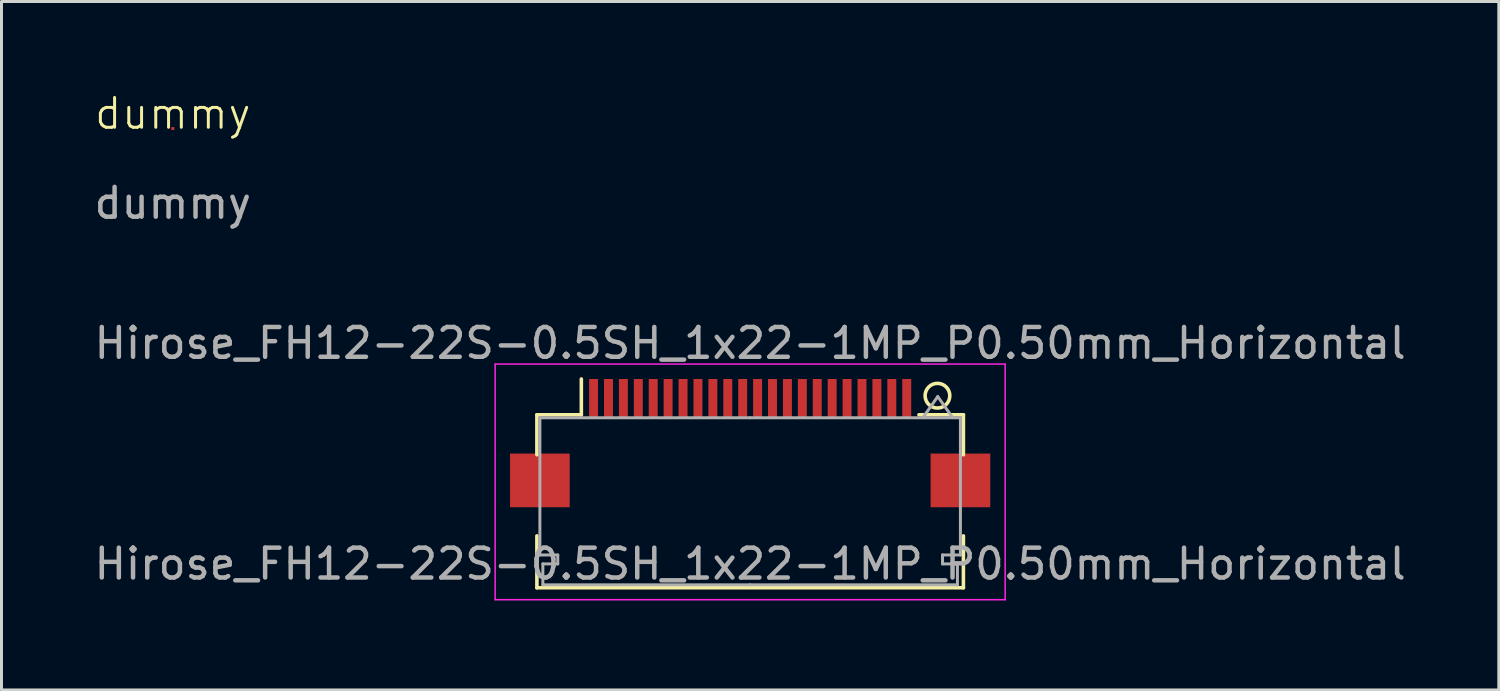
<source format=kicad_pcb>
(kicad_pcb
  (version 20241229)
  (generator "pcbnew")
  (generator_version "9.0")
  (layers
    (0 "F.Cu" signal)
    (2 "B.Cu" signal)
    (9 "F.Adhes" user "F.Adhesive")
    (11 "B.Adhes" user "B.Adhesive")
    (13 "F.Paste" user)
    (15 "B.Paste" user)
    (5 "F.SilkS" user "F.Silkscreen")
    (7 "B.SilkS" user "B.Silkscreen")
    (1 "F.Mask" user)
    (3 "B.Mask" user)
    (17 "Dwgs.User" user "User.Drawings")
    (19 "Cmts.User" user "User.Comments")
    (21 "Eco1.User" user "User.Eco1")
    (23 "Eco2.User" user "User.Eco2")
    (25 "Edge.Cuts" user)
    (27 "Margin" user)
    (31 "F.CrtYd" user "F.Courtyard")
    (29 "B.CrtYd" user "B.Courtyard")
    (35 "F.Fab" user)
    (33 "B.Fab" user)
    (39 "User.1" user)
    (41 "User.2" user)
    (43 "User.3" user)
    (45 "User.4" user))
  (footprint "Hirose_FH12-22S-0.5SH_1x22-1MP_P0.50mm_Horizontal"
    (layer "F.Cu")
    (at 22.101 12.157)
    (property "Reference" "Hirose_FH12-22S-0.5SH_1x22-1MP_P0.50mm_Horizontal" (at 0 -3.7 180) (layer "F.Fab") (effects (font (size 1 1) (thickness 0.15))))
    (attr smd)
    (fp_line (start -7.15 -1.3) (end -7.15 0.04) (stroke (width 0.12) (type solid)) (layer "F.SilkS"))
    (fp_line (start -7.15 2.76) (end -7.15 4.5) (stroke (width 0.12) (type solid)) (layer "F.SilkS"))
    (fp_line (start -7.15 4.5) (end 7.15 4.5) (stroke (width 0.12) (type solid)) (layer "F.SilkS"))
    (fp_line (start -5.66 -1.3) (end -7.15 -1.3) (stroke (width 0.12) (type solid)) (layer "F.SilkS"))
    (fp_line (start -5.66 -1.3) (end -5.66 -2.5) (stroke (width 0.12) (type solid)) (layer "F.SilkS"))
    (fp_line (start 5.66 -1.3) (end 7.15 -1.3) (stroke (width 0.12) (type solid)) (layer "F.SilkS"))
    (fp_line (start 7.15 -1.3) (end 7.15 0.04) (stroke (width 0.12) (type solid)) (layer "F.SilkS"))
    (fp_line (start 7.15 4.5) (end 7.15 2.76) (stroke (width 0.12) (type solid)) (layer "F.SilkS"))
    (fp_circle (center 6.28 -1.94) (end 6.61 -1.69) (stroke (width 0.12) (type solid)) (fill no) (layer "F.SilkS"))
    (fp_line (start -8.55 -3) (end -8.55 4.9) (stroke (width 0.05) (type solid)) (layer "F.CrtYd"))
    (fp_line (start -8.55 4.9) (end 8.55 4.9) (stroke (width 0.05) (type solid)) (layer "F.CrtYd"))
    (fp_line (start 8.55 -3) (end -8.55 -3) (stroke (width 0.05) (type solid)) (layer "F.CrtYd"))
    (fp_line (start 8.55 4.9) (end 8.55 -3) (stroke (width 0.05) (type solid)) (layer "F.CrtYd"))
    (fp_line (start -7.05 -1.2) (end -7.05 3.4) (stroke (width 0.1) (type solid)) (layer "F.Fab"))
    (fp_line (start -7.05 3.4) (end -6.45 3.4) (stroke (width 0.1) (type solid)) (layer "F.Fab"))
    (fp_line (start -6.95 3.7) (end -6.95 4.4) (stroke (width 0.1) (type solid)) (layer "F.Fab"))
    (fp_line (start -6.95 4.4) (end 0 4.4) (stroke (width 0.1) (type solid)) (layer "F.Fab"))
    (fp_line (start -6.45 3.4) (end -6.45 3.7) (stroke (width 0.1) (type solid)) (layer "F.Fab"))
    (fp_line (start -6.45 3.7) (end -6.95 3.7) (stroke (width 0.1) (type solid)) (layer "F.Fab"))
    (fp_line (start 0 -1.2) (end -7.05 -1.2) (stroke (width 0.1) (type solid)) (layer "F.Fab"))
    (fp_line (start 0 -1.2) (end 7.05 -1.2) (stroke (width 0.1) (type solid)) (layer "F.Fab"))
    (fp_line (start 6.29 -1.91) (end 5.79 -1.203) (stroke (width 0.1) (type solid)) (layer "F.Fab"))
    (fp_line (start 6.45 3.4) (end 6.45 3.7) (stroke (width 0.1) (type solid)) (layer "F.Fab"))
    (fp_line (start 6.45 3.7) (end 6.95 3.7) (stroke (width 0.1) (type solid)) (layer "F.Fab"))
    (fp_line (start 6.79 -1.203) (end 6.29 -1.91) (stroke (width 0.1) (type solid)) (layer "F.Fab"))
    (fp_line (start 6.95 3.7) (end 6.95 4.4) (stroke (width 0.1) (type solid)) (layer "F.Fab"))
    (fp_line (start 6.95 4.4) (end 0 4.4) (stroke (width 0.1) (type solid)) (layer "F.Fab"))
    (fp_line (start 7.05 -1.2) (end 7.05 3.4) (stroke (width 0.1) (type solid)) (layer "F.Fab"))
    (fp_line (start 7.05 3.4) (end 6.45 3.4) (stroke (width 0.1) (type solid)) (layer "F.Fab"))
    (fp_text user "${REFERENCE}" (at 0 3.7 180) (layer "F.Fab") (effects (font (size 1 1) (thickness 0.15))))
    (pad "1" smd rect (at 5.25 -1.85) (size 0.3 1.3) (layers "F.Cu" "F.Mask" "F.Paste"))
    (pad "2" smd rect (at 4.75 -1.85) (size 0.3 1.3) (layers "F.Cu" "F.Mask" "F.Paste"))
    (pad "3" smd rect (at 4.25 -1.85) (size 0.3 1.3) (layers "F.Cu" "F.Mask" "F.Paste"))
    (pad "4" smd rect (at 3.75 -1.85) (size 0.3 1.3) (layers "F.Cu" "F.Mask" "F.Paste"))
    (pad "5" smd rect (at 3.25 -1.85) (size 0.3 1.3) (layers "F.Cu" "F.Mask" "F.Paste"))
    (pad "6" smd rect (at 2.75 -1.85) (size 0.3 1.3) (layers "F.Cu" "F.Mask" "F.Paste"))
    (pad "7" smd rect (at 2.25 -1.85) (size 0.3 1.3) (layers "F.Cu" "F.Mask" "F.Paste"))
    (pad "8" smd rect (at 1.75 -1.85) (size 0.3 1.3) (layers "F.Cu" "F.Mask" "F.Paste"))
    (pad "9" smd rect (at 1.25 -1.85) (size 0.3 1.3) (layers "F.Cu" "F.Mask" "F.Paste"))
    (pad "10" smd rect (at 0.75 -1.85) (size 0.3 1.3) (layers "F.Cu" "F.Mask" "F.Paste"))
    (pad "11" smd rect (at 0.25 -1.85) (size 0.3 1.3) (layers "F.Cu" "F.Mask" "F.Paste"))
    (pad "12" smd rect (at -0.25 -1.85) (size 0.3 1.3) (layers "F.Cu" "F.Mask" "F.Paste"))
    (pad "13" smd rect (at -0.75 -1.85) (size 0.3 1.3) (layers "F.Cu" "F.Mask" "F.Paste"))
    (pad "14" smd rect (at -1.25 -1.85) (size 0.3 1.3) (layers "F.Cu" "F.Mask" "F.Paste"))
    (pad "15" smd rect (at -1.75 -1.85) (size 0.3 1.3) (layers "F.Cu" "F.Mask" "F.Paste"))
    (pad "16" smd rect (at -2.25 -1.85) (size 0.3 1.3) (layers "F.Cu" "F.Mask" "F.Paste"))
    (pad "17" smd rect (at -2.75 -1.85) (size 0.3 1.3) (layers "F.Cu" "F.Mask" "F.Paste"))
    (pad "18" smd rect (at -3.25 -1.85) (size 0.3 1.3) (layers "F.Cu" "F.Mask" "F.Paste"))
    (pad "19" smd rect (at -3.75 -1.85) (size 0.3 1.3) (layers "F.Cu" "F.Mask" "F.Paste"))
    (pad "20" smd rect (at -4.25 -1.85) (size 0.3 1.3) (layers "F.Cu" "F.Mask" "F.Paste"))
    (pad "21" smd rect (at -4.75 -1.85) (size 0.3 1.3) (layers "F.Cu" "F.Mask" "F.Paste"))
    (pad "22" smd rect (at -5.25 -1.85) (size 0.3 1.3) (layers "F.Cu" "F.Mask" "F.Paste"))
    (pad "MP" smd rect (at -7.05 0.9) (size 2 1.8) (layers "F.Cu" "F.Mask" "F.Paste"))
    (pad "MP" smd rect (at 7.05 0.9) (size 2 1.8) (layers "F.Cu" "F.Mask" "F.Paste")))
  (footprint "dummy"
    (layer "F.Cu")
    (at 2.744 1.26)
    (property "Reference" "dummy" (at 0 -0.5 0) (unlocked yes) (layer "F.SilkS") (effects (font (size 1 1) (thickness 0.1))))
    (attr through_hole)
    (fp_text user "${REFERENCE}" (at 0 2.5 0) (unlocked yes) (layer "F.Fab") (effects (font (size 1 1) (thickness 0.15))))
    (pad "1" smd rect (at 0 0) (size 0.1 0.1) (layers "F.Cu" "F.Mask" "F.Paste")))
  (gr_rect
    (start -3 -3)
    (end 47.202 20.082)
    (stroke (width 0.1) (type default))
    (fill no)
    (layer "Edge.Cuts")))
</source>
